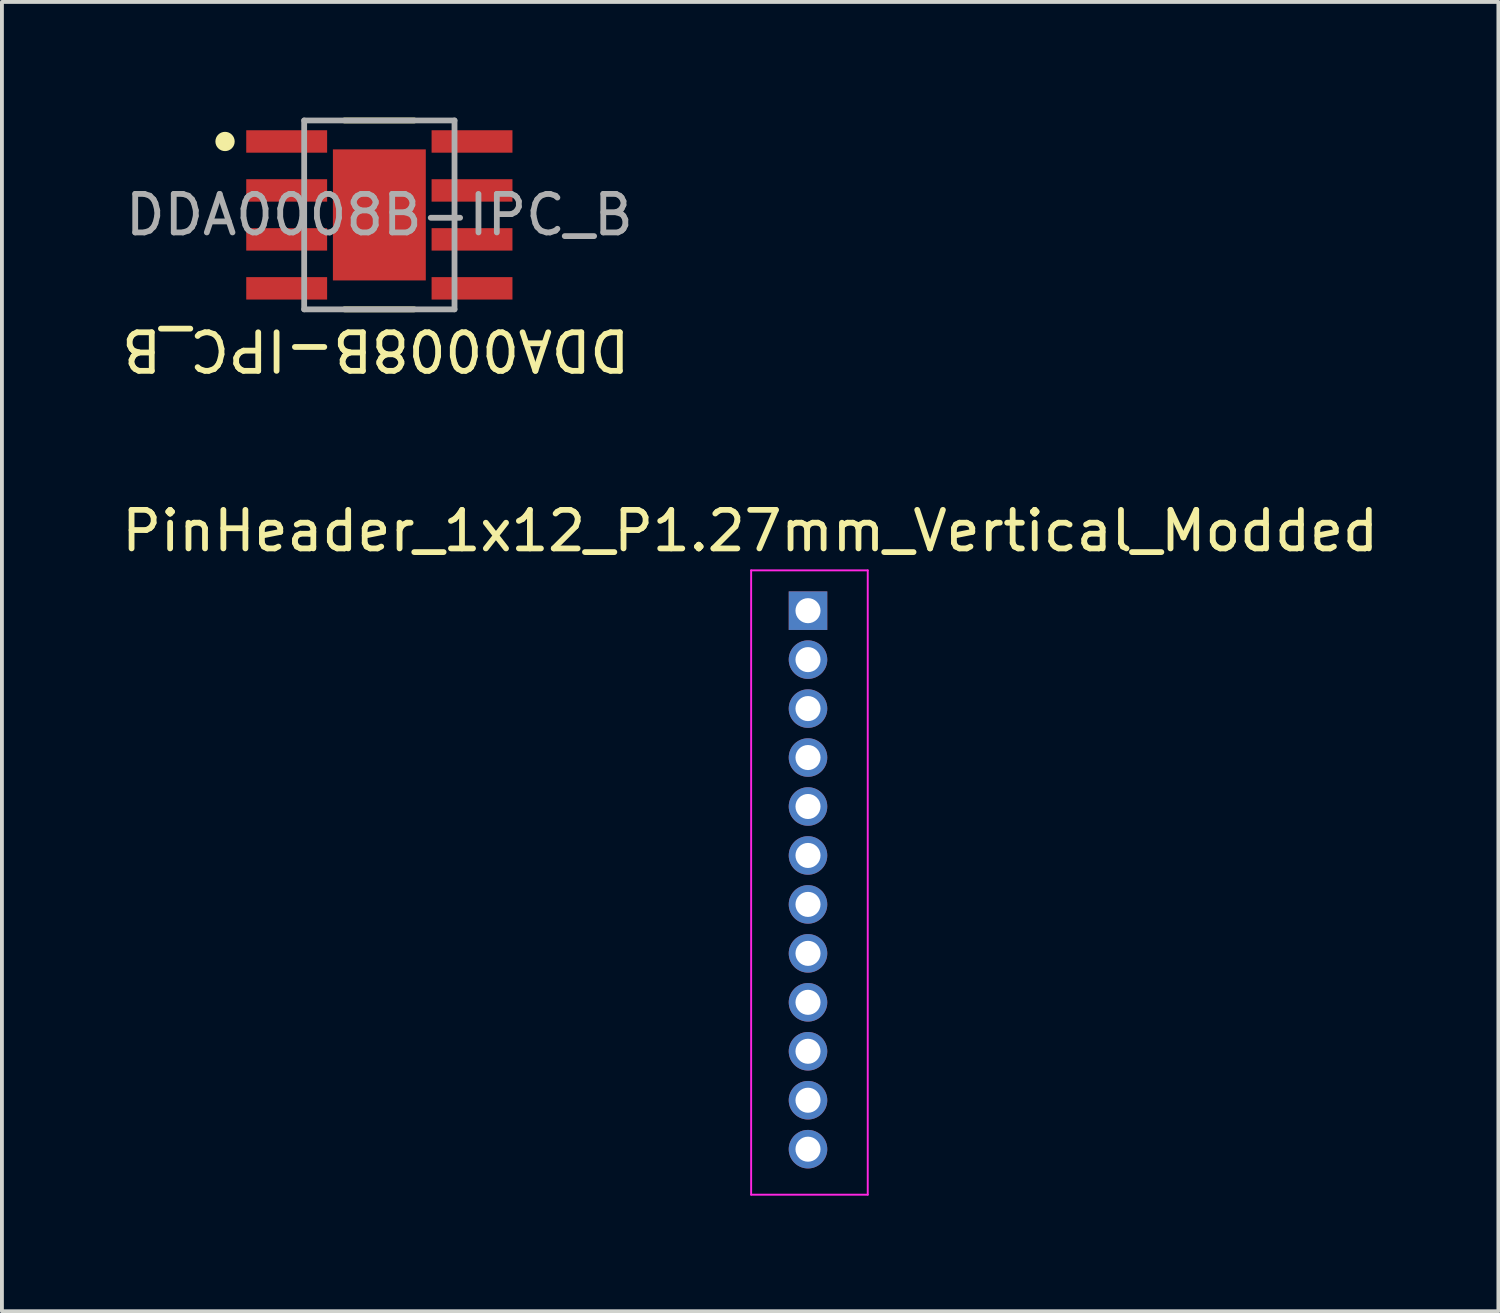
<source format=kicad_pcb>
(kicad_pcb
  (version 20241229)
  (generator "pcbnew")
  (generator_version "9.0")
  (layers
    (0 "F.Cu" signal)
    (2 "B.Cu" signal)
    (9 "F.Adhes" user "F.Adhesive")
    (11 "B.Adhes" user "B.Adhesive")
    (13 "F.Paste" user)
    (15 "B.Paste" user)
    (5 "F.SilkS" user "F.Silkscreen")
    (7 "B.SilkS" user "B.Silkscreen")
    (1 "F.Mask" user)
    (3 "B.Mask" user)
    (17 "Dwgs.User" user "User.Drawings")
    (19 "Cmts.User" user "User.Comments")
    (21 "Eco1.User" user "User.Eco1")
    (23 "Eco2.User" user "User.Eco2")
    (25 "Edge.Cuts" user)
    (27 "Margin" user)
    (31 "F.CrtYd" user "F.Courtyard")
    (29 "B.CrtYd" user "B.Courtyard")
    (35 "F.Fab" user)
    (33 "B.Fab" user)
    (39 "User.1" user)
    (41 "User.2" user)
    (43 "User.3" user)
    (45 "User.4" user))
  (footprint "PinHeader_1x12_P1.27mm_Vertical_Modded"
    (layer "F.Cu")
    (at 16.411 11.722)
    (property "Reference" "PinHeader_1x12_P1.27mm_Vertical_Modded" (at 0 -1 0) (layer "F.SilkS") (effects (font (size 1 1) (thickness 0.15))))
    (attr through_hole)
    (fp_line (start 0.025 0.025) (end 0.025 16.22) (stroke (width 0.05) (type solid)) (layer "F.CrtYd"))
    (fp_line (start 0.025 16.22) (end 3.05 16.22) (stroke (width 0.05) (type solid)) (layer "F.CrtYd"))
    (fp_line (start 3.05 0.025) (end 0.025 0.025) (stroke (width 0.05) (type solid)) (layer "F.CrtYd"))
    (fp_line (start 3.05 16.22) (end 3.05 0.025) (stroke (width 0.05) (type solid)) (layer "F.CrtYd"))
    (pad "1" thru_hole rect (at 1.5 1.07) (size 1 1) (drill 0.65) (layers "*.Cu" "*.Mask"))
    (pad "2" thru_hole oval (at 1.5 2.34) (size 1 1) (drill 0.65) (layers "*.Cu" "*.Mask"))
    (pad "3" thru_hole oval (at 1.5 3.61) (size 1 1) (drill 0.65) (layers "*.Cu" "*.Mask"))
    (pad "4" thru_hole oval (at 1.5 4.88) (size 1 1) (drill 0.65) (layers "*.Cu" "*.Mask"))
    (pad "5" thru_hole oval (at 1.5 6.15) (size 1 1) (drill 0.65) (layers "*.Cu" "*.Mask"))
    (pad "6" thru_hole oval (at 1.5 7.42) (size 1 1) (drill 0.65) (layers "*.Cu" "*.Mask"))
    (pad "7" thru_hole oval (at 1.5 8.69) (size 1 1) (drill 0.65) (layers "*.Cu" "*.Mask"))
    (pad "8" thru_hole oval (at 1.5 9.96) (size 1 1) (drill 0.65) (layers "*.Cu" "*.Mask"))
    (pad "9" thru_hole oval (at 1.5 11.23) (size 1 1) (drill 0.65) (layers "*.Cu" "*.Mask"))
    (pad "10" thru_hole oval (at 1.5 12.5) (size 1 1) (drill 0.65) (layers "*.Cu" "*.Mask"))
    (pad "11" thru_hole oval (at 1.5 13.77) (size 1 1) (drill 0.65) (layers "*.Cu" "*.Mask"))
    (pad "12" thru_hole oval (at 1.5 15.04) (size 1 1) (drill 0.65) (layers "*.Cu" "*.Mask")))
  (footprint "DDA0008B-IPC_B"
    (layer "F.Cu")
    (at 6.791 2.525)
    (property "Reference" "DDA0008B-IPC_B" (at -0.095 3.5 180) (unlocked yes) (layer "F.SilkS") (effects (font (size 1 1) (thickness 0.15))))
    (attr smd)
    (fp_line (start -0.904 -2.45) (end 0.904 -2.45) (stroke (width 0.15) (type solid)) (layer "F.SilkS"))
    (fp_line (start -0.904 2.45) (end 0.904 2.45) (stroke (width 0.15) (type solid)) (layer "F.SilkS"))
    (fp_circle (center -4.003 -1.905) (end -3.878 -1.905) (stroke (width 0.25) (type solid)) (fill no) (layer "F.SilkS"))
    (fp_poly (pts (xy -0.691 1.186) (xy 0.691 1.186) (xy 0.691 -1.186) (xy -0.691 -1.186)) (stroke (width 0) (type solid)) (fill yes) (layer "F.Paste"))
    (fp_line (start -1.95 -2.45) (end 1.95 -2.45) (stroke (width 0.15) (type solid)) (layer "F.Fab"))
    (fp_line (start -1.95 2.45) (end -1.95 -2.45) (stroke (width 0.15) (type solid)) (layer "F.Fab"))
    (fp_line (start -1.95 2.45) (end 1.95 2.45) (stroke (width 0.15) (type solid)) (layer "F.Fab"))
    (fp_line (start 1.95 2.45) (end 1.95 -2.45) (stroke (width 0.15) (type solid)) (layer "F.Fab"))
    (fp_text user "${REFERENCE}" (at 0 0 0) (unlocked yes) (layer "F.Fab") (effects (font (size 1 1) (thickness 0.15))))
    (pad "1" smd rect (at -2.404 -1.905) (size 2.098 0.582) (layers "F.Cu" "F.Mask" "F.Paste"))
    (pad "2" smd rect (at -2.404 -0.635) (size 2.098 0.582) (layers "F.Cu" "F.Mask" "F.Paste"))
    (pad "3" smd rect (at -2.404 0.635) (size 2.098 0.582) (layers "F.Cu" "F.Mask" "F.Paste"))
    (pad "4" smd rect (at -2.404 1.905) (size 2.098 0.582) (layers "F.Cu" "F.Mask" "F.Paste"))
    (pad "5" smd rect (at 2.404 1.905) (size 2.098 0.582) (layers "F.Cu" "F.Mask" "F.Paste"))
    (pad "6" smd rect (at 2.404 0.635) (size 2.098 0.582) (layers "F.Cu" "F.Mask" "F.Paste"))
    (pad "7" smd rect (at 2.404 -0.635) (size 2.098 0.582) (layers "F.Cu" "F.Mask" "F.Paste"))
    (pad "8" smd rect (at 2.404 -1.905) (size 2.098 0.582) (layers "F.Cu" "F.Mask" "F.Paste"))
    (pad "9" smd rect (at 0 0) (size 2.41 3.4) (layers "F.Cu" "F.Mask")))
  (gr_rect
    (start -3 -3)
    (end 35.821 30.966)
    (stroke (width 0.1) (type default))
    (fill no)
    (layer "Edge.Cuts")))
</source>
